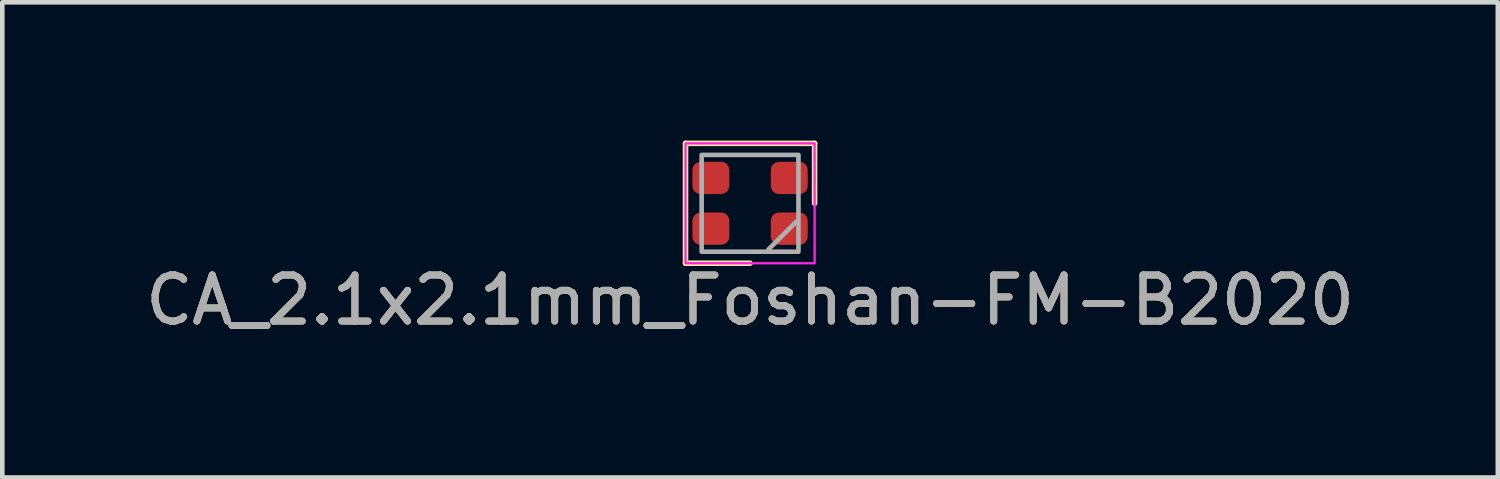
<source format=kicad_pcb>
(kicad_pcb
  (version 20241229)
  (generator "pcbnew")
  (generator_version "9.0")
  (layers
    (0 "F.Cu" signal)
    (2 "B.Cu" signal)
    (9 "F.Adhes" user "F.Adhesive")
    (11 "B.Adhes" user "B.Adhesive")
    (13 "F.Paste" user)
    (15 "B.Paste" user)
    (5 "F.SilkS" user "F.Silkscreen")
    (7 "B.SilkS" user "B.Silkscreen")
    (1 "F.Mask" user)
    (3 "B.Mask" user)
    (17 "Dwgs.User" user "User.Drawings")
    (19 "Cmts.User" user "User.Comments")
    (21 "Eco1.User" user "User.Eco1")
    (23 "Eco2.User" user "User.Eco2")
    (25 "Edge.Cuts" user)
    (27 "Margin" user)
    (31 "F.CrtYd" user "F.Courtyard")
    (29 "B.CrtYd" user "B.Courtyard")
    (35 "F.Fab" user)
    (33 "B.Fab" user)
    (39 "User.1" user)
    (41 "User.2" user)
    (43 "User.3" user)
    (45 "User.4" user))
  (footprint "CA_2.1x2.1mm_Foshan-FM-B2020"
    (layer "F.Cu")
    (at 13.22 1.36)
    (property "Reference" "CA_2.1x2.1mm_Foshan-FM-B2020" (at 0 2.1 0) (unlocked yes) (layer "F.SilkS") (effects (font (size 1 1) (thickness 0.15))))
    (attr smd)
    (fp_line (start -1.4 -1.3) (end -1.4 1.3) (stroke (width 0.12) (type solid)) (layer "F.SilkS"))
    (fp_line (start -1.4 1.3) (end 0 1.3) (stroke (width 0.12) (type solid)) (layer "F.SilkS"))
    (fp_line (start 1.4 -1.3) (end -1.4 -1.3) (stroke (width 0.12) (type solid)) (layer "F.SilkS"))
    (fp_line (start 1.4 0) (end 1.4 -1.3) (stroke (width 0.12) (type solid)) (layer "F.SilkS"))
    (fp_rect (start -1.4 -1.3) (end 1.4 1.3) (stroke (width 0.05) (type solid)) (fill no) (layer "F.CrtYd"))
    (fp_line (start 1 0.4) (end 0.4 1) (stroke (width 0.1) (type solid)) (layer "F.Fab"))
    (fp_rect (start -1.05 -1.05) (end 1.05 1.05) (stroke (width 0.1) (type solid)) (fill no) (layer "F.Fab"))
    (fp_text user "${REFERENCE}" (at 0 2.1 0) (unlocked yes) (layer "F.Fab") (effects (font (size 1 1) (thickness 0.15))))
    (pad "A" smd roundrect (at -0.85 -0.55) (size 0.8 0.7) (layers "F.Cu" "F.Mask" "F.Paste") (roundrect_rratio 0.25))
    (pad "B" smd roundrect (at -0.85 0.55) (size 0.8 0.7) (layers "F.Cu" "F.Mask" "F.Paste") (roundrect_rratio 0.25))
    (pad "G" smd roundrect (at 0.85 -0.55) (size 0.8 0.7) (layers "F.Cu" "F.Mask" "F.Paste") (roundrect_rratio 0.25))
    (pad "R" smd roundrect (at 0.85 0.55) (size 0.8 0.7) (layers "F.Cu" "F.Mask" "F.Paste") (roundrect_rratio 0.25)))
  (gr_rect
    (start -3 -3)
    (end 29.44 7.308)
    (stroke (width 0.1) (type default))
    (fill no)
    (layer "Edge.Cuts")))
</source>
